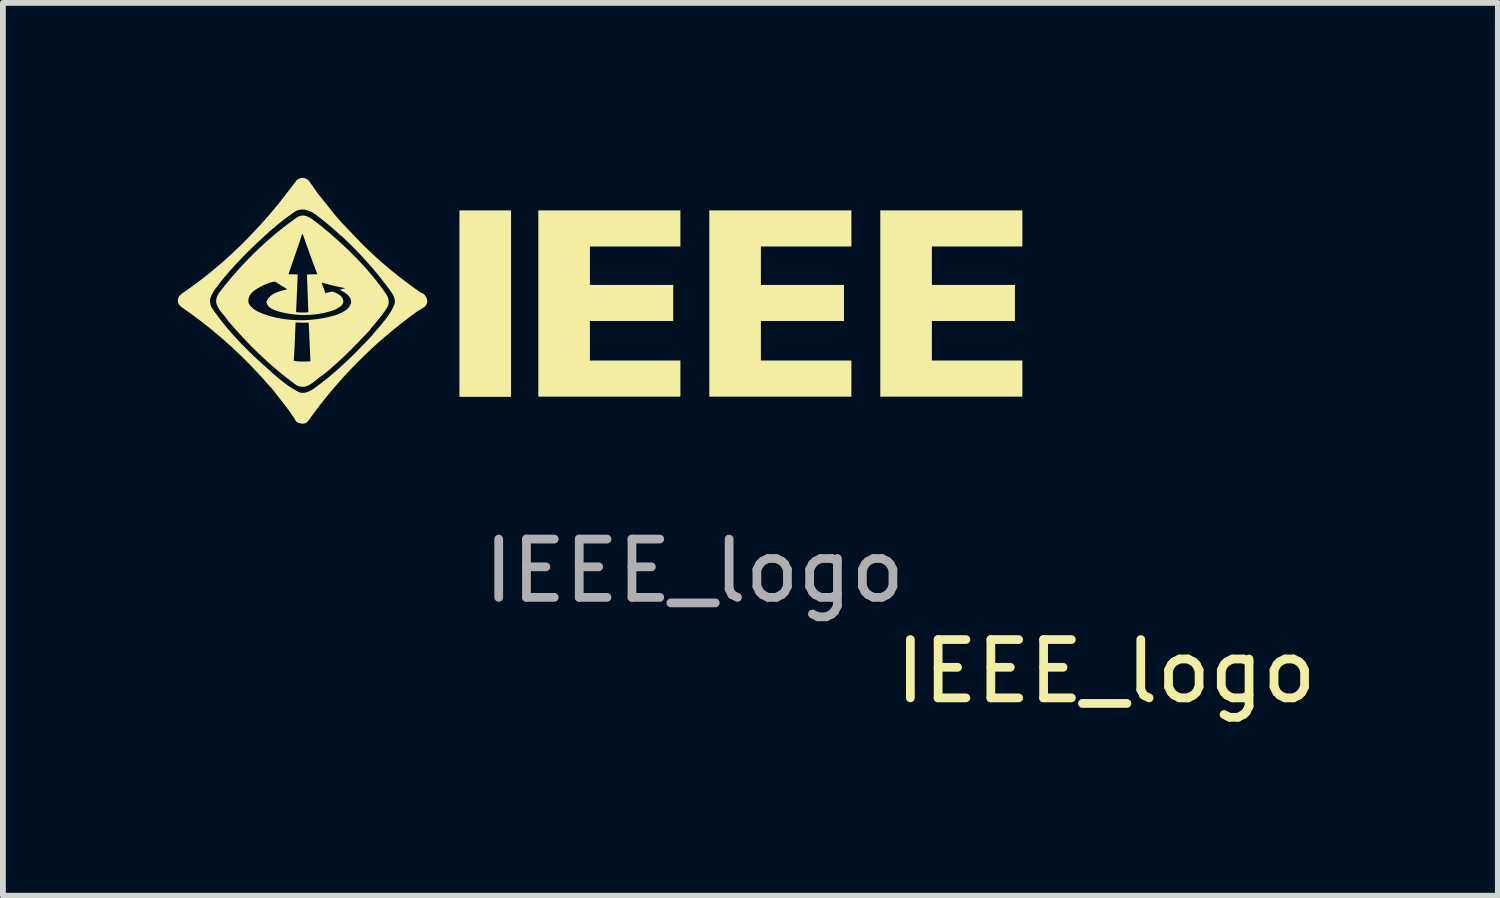
<source format=kicad_pcb>
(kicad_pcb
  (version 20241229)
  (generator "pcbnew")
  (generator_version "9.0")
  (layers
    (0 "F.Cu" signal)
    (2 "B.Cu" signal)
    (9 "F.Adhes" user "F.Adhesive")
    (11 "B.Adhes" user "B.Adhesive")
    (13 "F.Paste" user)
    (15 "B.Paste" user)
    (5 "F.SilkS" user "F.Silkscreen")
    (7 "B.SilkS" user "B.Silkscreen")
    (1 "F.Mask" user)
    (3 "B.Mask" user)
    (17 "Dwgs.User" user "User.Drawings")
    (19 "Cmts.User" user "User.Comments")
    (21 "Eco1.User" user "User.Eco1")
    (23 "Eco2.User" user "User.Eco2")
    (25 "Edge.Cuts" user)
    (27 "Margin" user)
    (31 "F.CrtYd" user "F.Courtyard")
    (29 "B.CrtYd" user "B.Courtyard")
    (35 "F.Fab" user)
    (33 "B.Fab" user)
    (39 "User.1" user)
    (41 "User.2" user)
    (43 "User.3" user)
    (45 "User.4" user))
  (footprint "IEEE_logo"
    (layer "F.Cu")
    (at 8.76 2.143)
    (property "Reference" "IEEE_logo" (at 7.163 6.323 0) (unlocked yes) (layer "F.SilkS") (effects (font (size 1 1) (thickness 0.15))))
    (attr smd)
    (fp_poly (pts (xy -3.044 1.614) (xy -3.929 1.614) (xy -3.929 -1.584) (xy -3.044 -1.584)) (stroke (width 0) (type solid)) (fill yes) (layer "F.SilkS"))
    (fp_poly (pts (xy -0.139 -0.965) (xy -1.691 -0.965) (xy -1.691 -0.306) (xy -0.262 -0.306) (xy -0.262 0.313) (xy -1.691 0.313) (xy -1.691 0.991) (xy -0.139 0.991) (xy -0.139 1.611) (xy -2.576 1.611) (xy -2.576 -1.584) (xy -0.139 -1.584)) (stroke (width 0) (type solid)) (fill yes) (layer "F.SilkS"))
    (fp_poly (pts (xy 2.794 -0.965) (xy 1.242 -0.965) (xy 1.242 -0.306) (xy 2.667 -0.306) (xy 2.667 0.313) (xy 1.242 0.313) (xy 1.242 0.991) (xy 2.794 0.991) (xy 2.794 1.611) (xy 0.357 1.611) (xy 0.357 -1.584) (xy 2.794 -1.584)) (stroke (width 0) (type solid)) (fill yes) (layer "F.SilkS"))
    (fp_poly (pts (xy 5.727 -0.965) (xy 4.175 -0.965) (xy 4.175 -0.306) (xy 5.6 -0.306) (xy 5.6 0.313) (xy 4.175 0.313) (xy 4.175 0.991) (xy 5.727 0.991) (xy 5.727 1.611) (xy 3.29 1.611) (xy 3.29 -1.584) (xy 5.727 -1.584)) (stroke (width 0) (type solid)) (fill yes) (layer "F.SilkS"))
    (fp_poly (pts (xy -6.616 -2.143) (xy -6.611 -2.143) (xy -6.607 -2.142) (xy -6.602 -2.141) (xy -6.598 -2.14) (xy -6.593 -2.139) (xy -6.589 -2.138) (xy -6.584 -2.136) (xy -6.58 -2.135) (xy -6.575 -2.134) (xy -6.571 -2.132) (xy -6.566 -2.13) (xy -6.562 -2.128) (xy -6.558 -2.126) (xy -6.553 -2.124) (xy -6.549 -2.121) (xy -6.517 -2.1) (xy -6.358 -1.874) (xy -6.155 -1.62) (xy -6.104 -1.556) (xy -6.053 -1.494) (xy -6.001 -1.433) (xy -5.949 -1.374) (xy -5.596 -1.005) (xy -5.475 -0.888) (xy -5.352 -0.774) (xy -5.227 -0.664) (xy -5.101 -0.557) (xy -4.973 -0.454) (xy -4.842 -0.354) (xy -4.71 -0.257) (xy -4.576 -0.164) (xy -4.564 -0.164) (xy -4.555 -0.158) (xy -4.547 -0.152) (xy -4.539 -0.146) (xy -4.532 -0.139) (xy -4.524 -0.131) (xy -4.518 -0.123) (xy -4.512 -0.115) (xy -4.506 -0.106) (xy -4.501 -0.098) (xy -4.496 -0.088) (xy -4.492 -0.079) (xy -4.489 -0.069) (xy -4.486 -0.059) (xy -4.483 -0.049) (xy -4.482 -0.039) (xy -4.481 -0.029) (xy -4.481 -0.018) (xy -4.482 -0.008) (xy -4.484 0.001) (xy -4.487 0.011) (xy -4.49 0.019) (xy -4.494 0.027) (xy -4.498 0.035) (xy -4.503 0.043) (xy -4.508 0.05) (xy -4.514 0.057) (xy -4.52 0.063) (xy -4.527 0.069) (xy -4.542 0.081) (xy -4.557 0.092) (xy -4.573 0.102) (xy -4.59 0.112) (xy -4.625 0.132) (xy -4.642 0.141) (xy -4.658 0.152) (xy -4.673 0.162) (xy -4.687 0.174) (xy -4.818 0.271) (xy -4.947 0.37) (xy -5.074 0.473) (xy -5.2 0.578) (xy -5.323 0.685) (xy -5.444 0.796) (xy -5.563 0.909) (xy -5.679 1.024) (xy -5.793 1.141) (xy -5.905 1.261) (xy -6.014 1.382) (xy -6.12 1.506) (xy -6.224 1.632) (xy -6.324 1.759) (xy -6.422 1.888) (xy -6.517 2.019) (xy -6.556 2.059) (xy -6.56 2.061) (xy -6.564 2.063) (xy -6.572 2.066) (xy -6.58 2.069) (xy -6.588 2.071) (xy -6.596 2.073) (xy -6.605 2.074) (xy -6.614 2.074) (xy -6.622 2.074) (xy -6.631 2.073) (xy -6.64 2.072) (xy -6.649 2.071) (xy -6.657 2.069) (xy -6.666 2.067) (xy -6.675 2.065) (xy -6.683 2.062) (xy -6.691 2.059) (xy -6.696 2.057) (xy -6.701 2.056) (xy -6.706 2.053) (xy -6.71 2.051) (xy -6.714 2.049) (xy -6.718 2.046) (xy -6.721 2.043) (xy -6.725 2.04) (xy -6.728 2.037) (xy -6.731 2.033) (xy -6.736 2.026) (xy -6.742 2.019) (xy -6.746 2.011) (xy -6.764 1.978) (xy -6.769 1.97) (xy -6.774 1.962) (xy -6.78 1.955) (xy -6.783 1.951) (xy -6.787 1.948) (xy -6.829 1.884) (xy -6.874 1.822) (xy -6.921 1.76) (xy -6.968 1.699) (xy -7.063 1.579) (xy -7.11 1.519) (xy -7.156 1.46) (xy -7.182 1.433) (xy -7.207 1.405) (xy -7.232 1.378) (xy -7.257 1.35) (xy -7.306 1.294) (xy -7.332 1.266) (xy -7.358 1.237) (xy -7.514 1.072) (xy -7.674 0.912) (xy -7.838 0.757) (xy -8.006 0.607) (xy -8.177 0.464) (xy -8.351 0.326) (xy -8.528 0.193) (xy -8.707 0.067) (xy -8.714 0.06) (xy -8.72 0.053) (xy -8.726 0.046) (xy -8.732 0.038) (xy -8.738 0.031) (xy -8.742 0.023) (xy -8.747 0.015) (xy -8.751 0.007) (xy -8.754 -0.002) (xy -8.756 -0.011) (xy -8.758 -0.02) (xy -8.759 -0.024) (xy -8.759 -0.029) (xy -8.76 -0.033) (xy -8.76 -0.038) (xy -8.759 -0.043) (xy -8.759 -0.048) (xy -8.758 -0.053) (xy -8.758 -0.056) (xy -8.207 -0.056) (xy -8.207 -0.045) (xy -8.207 -0.034) (xy -8.206 -0.024) (xy -8.206 -0.013) (xy -8.205 -0.003) (xy -8.203 0.007) (xy -8.201 0.017) (xy -8.199 0.027) (xy -8.197 0.037) (xy -8.194 0.046) (xy -8.191 0.055) (xy -8.187 0.064) (xy -8.183 0.073) (xy -8.179 0.082) (xy -8.173 0.09) (xy -8.168 0.098) (xy -8.128 0.156) (xy -8.087 0.212) (xy -8.045 0.269) (xy -8.002 0.325) (xy -7.957 0.381) (xy -7.912 0.436) (xy -7.818 0.544) (xy -7.721 0.651) (xy -7.621 0.754) (xy -7.52 0.855) (xy -7.418 0.952) (xy -7.241 1.111) (xy -7.153 1.191) (xy -7.064 1.268) (xy -7.02 1.306) (xy -6.974 1.342) (xy -6.928 1.378) (xy -6.882 1.412) (xy -6.835 1.444) (xy -6.786 1.475) (xy -6.737 1.504) (xy -6.687 1.531) (xy -6.679 1.535) (xy -6.671 1.538) (xy -6.663 1.54) (xy -6.654 1.542) (xy -6.646 1.544) (xy -6.637 1.545) (xy -6.629 1.546) (xy -6.62 1.546) (xy -6.612 1.546) (xy -6.603 1.545) (xy -6.586 1.543) (xy -6.569 1.54) (xy -6.552 1.536) (xy -6.535 1.53) (xy -6.518 1.524) (xy -6.502 1.516) (xy -6.486 1.508) (xy -6.47 1.5) (xy -6.455 1.491) (xy -6.44 1.481) (xy -6.425 1.472) (xy -6.358 1.423) (xy -6.292 1.372) (xy -6.226 1.321) (xy -6.161 1.268) (xy -6.033 1.159) (xy -5.908 1.045) (xy -5.785 0.929) (xy -5.665 0.809) (xy -5.546 0.687) (xy -5.429 0.563) (xy -5.375 0.498) (xy -5.32 0.434) (xy -5.266 0.37) (xy -5.213 0.305) (xy -5.188 0.273) (xy -5.163 0.239) (xy -5.14 0.206) (xy -5.118 0.172) (xy -5.097 0.137) (xy -5.078 0.101) (xy -5.06 0.064) (xy -5.044 0.027) (xy -5.042 0.02) (xy -5.04 0.012) (xy -5.039 0.005) (xy -5.038 -0.002) (xy -5.037 -0.009) (xy -5.037 -0.016) (xy -5.037 -0.023) (xy -5.037 -0.03) (xy -5.037 -0.037) (xy -5.038 -0.044) (xy -5.04 -0.057) (xy -5.043 -0.071) (xy -5.046 -0.084) (xy -5.051 -0.096) (xy -5.056 -0.109) (xy -5.062 -0.121) (xy -5.068 -0.133) (xy -5.074 -0.145) (xy -5.081 -0.157) (xy -5.096 -0.179) (xy -5.189 -0.307) (xy -5.287 -0.432) (xy -5.388 -0.556) (xy -5.494 -0.677) (xy -5.603 -0.797) (xy -5.714 -0.914) (xy -5.829 -1.028) (xy -5.945 -1.14) (xy -5.965 -1.152) (xy -6.009 -1.193) (xy -6.054 -1.234) (xy -6.1 -1.275) (xy -6.147 -1.314) (xy -6.194 -1.354) (xy -6.241 -1.392) (xy -6.288 -1.429) (xy -6.334 -1.465) (xy -6.357 -1.484) (xy -6.381 -1.503) (xy -6.406 -1.521) (xy -6.432 -1.537) (xy -6.459 -1.553) (xy -6.487 -1.566) (xy -6.515 -1.578) (xy -6.543 -1.587) (xy -6.558 -1.591) (xy -6.572 -1.594) (xy -6.587 -1.597) (xy -6.601 -1.598) (xy -6.616 -1.599) (xy -6.63 -1.599) (xy -6.645 -1.599) (xy -6.659 -1.597) (xy -6.673 -1.594) (xy -6.688 -1.591) (xy -6.702 -1.587) (xy -6.716 -1.581) (xy -6.73 -1.575) (xy -6.744 -1.567) (xy -6.757 -1.558) (xy -6.771 -1.549) (xy -6.821 -1.513) (xy -6.871 -1.476) (xy -6.921 -1.439) (xy -6.971 -1.401) (xy -7.02 -1.362) (xy -7.069 -1.323) (xy -7.118 -1.281) (xy -7.168 -1.239) (xy -7.17 -1.238) (xy -7.172 -1.236) (xy -7.174 -1.234) (xy -7.176 -1.232) (xy -7.179 -1.231) (xy -7.181 -1.229) (xy -7.185 -1.225) (xy -7.189 -1.221) (xy -7.193 -1.218) (xy -7.199 -1.211) (xy -7.311 -1.109) (xy -7.422 -1.005) (xy -7.533 -0.898) (xy -7.641 -0.79) (xy -7.747 -0.679) (xy -7.849 -0.567) (xy -7.947 -0.453) (xy -7.995 -0.396) (xy -8.041 -0.338) (xy -8.091 -0.272) (xy -8.116 -0.239) (xy -8.128 -0.222) (xy -8.139 -0.205) (xy -8.15 -0.187) (xy -8.16 -0.17) (xy -8.17 -0.152) (xy -8.179 -0.133) (xy -8.187 -0.115) (xy -8.195 -0.096) (xy -8.202 -0.076) (xy -8.207 -0.056) (xy -8.758 -0.056) (xy -8.758 -0.058) (xy -8.756 -0.063) (xy -8.755 -0.068) (xy -8.754 -0.074) (xy -8.752 -0.08) (xy -8.75 -0.085) (xy -8.748 -0.091) (xy -8.745 -0.096) (xy -8.743 -0.101) (xy -8.74 -0.106) (xy -8.736 -0.111) (xy -8.733 -0.116) (xy -8.729 -0.121) (xy -8.721 -0.129) (xy -8.712 -0.138) (xy -8.703 -0.146) (xy -8.693 -0.154) (xy -8.683 -0.162) (xy -8.663 -0.176) (xy -8.643 -0.19) (xy -8.624 -0.203) (xy -8.512 -0.282) (xy -8.402 -0.364) (xy -8.292 -0.448) (xy -8.184 -0.535) (xy -8.077 -0.624) (xy -7.972 -0.715) (xy -7.868 -0.809) (xy -7.766 -0.904) (xy -7.665 -1.002) (xy -7.566 -1.101) (xy -7.469 -1.202) (xy -7.373 -1.304) (xy -7.279 -1.408) (xy -7.187 -1.513) (xy -7.009 -1.727) (xy -6.719 -2.104) (xy -6.712 -2.109) (xy -6.705 -2.114) (xy -6.697 -2.119) (xy -6.69 -2.124) (xy -6.682 -2.128) (xy -6.673 -2.132) (xy -6.665 -2.135) (xy -6.656 -2.138) (xy -6.647 -2.14) (xy -6.638 -2.142) (xy -6.629 -2.143) (xy -6.62 -2.143)) (stroke (width 0) (type solid)) (fill yes) (layer "F.SilkS"))
    (fp_poly (pts (xy -6.602 -1.495) (xy -6.589 -1.494) (xy -6.576 -1.491) (xy -6.564 -1.488) (xy -6.551 -1.484) (xy -6.539 -1.48) (xy -6.527 -1.475) (xy -6.515 -1.469) (xy -6.491 -1.456) (xy -6.467 -1.441) (xy -6.444 -1.425) (xy -6.421 -1.408) (xy -6.377 -1.374) (xy -6.334 -1.342) (xy -6.173 -1.209) (xy -6.015 -1.071) (xy -5.861 -0.929) (xy -5.786 -0.856) (xy -5.713 -0.782) (xy -5.64 -0.706) (xy -5.569 -0.63) (xy -5.5 -0.552) (xy -5.433 -0.473) (xy -5.367 -0.392) (xy -5.304 -0.311) (xy -5.242 -0.228) (xy -5.183 -0.144) (xy -5.176 -0.132) (xy -5.169 -0.12) (xy -5.164 -0.108) (xy -5.158 -0.095) (xy -5.154 -0.081) (xy -5.15 -0.067) (xy -5.147 -0.054) (xy -5.145 -0.039) (xy -5.144 -0.025) (xy -5.143 -0.011) (xy -5.144 0.003) (xy -5.146 0.017) (xy -5.149 0.031) (xy -5.152 0.045) (xy -5.155 0.051) (xy -5.157 0.058) (xy -5.16 0.064) (xy -5.163 0.071) (xy -5.179 0.096) (xy -5.195 0.121) (xy -5.211 0.145) (xy -5.228 0.17) (xy -5.264 0.218) (xy -5.301 0.266) (xy -5.34 0.313) (xy -5.379 0.359) (xy -5.457 0.452) (xy -5.457 0.46) (xy -5.653 0.666) (xy -5.753 0.768) (xy -5.854 0.869) (xy -5.958 0.968) (xy -6.063 1.064) (xy -6.17 1.157) (xy -6.224 1.202) (xy -6.279 1.245) (xy -6.305 1.263) (xy -6.332 1.282) (xy -6.385 1.324) (xy -6.411 1.345) (xy -6.438 1.365) (xy -6.465 1.385) (xy -6.492 1.402) (xy -6.506 1.41) (xy -6.52 1.417) (xy -6.535 1.424) (xy -6.549 1.429) (xy -6.564 1.434) (xy -6.578 1.438) (xy -6.593 1.44) (xy -6.608 1.442) (xy -6.624 1.442) (xy -6.639 1.441) (xy -6.655 1.439) (xy -6.671 1.435) (xy -6.688 1.43) (xy -6.705 1.423) (xy -6.722 1.414) (xy -6.739 1.404) (xy -6.818 1.346) (xy -6.896 1.286) (xy -6.973 1.224) (xy -7.05 1.161) (xy -7.202 1.03) (xy -7.235 0.999) (xy -6.771 0.999) (xy -6.701 1.005) (xy -6.665 1.007) (xy -6.629 1.009) (xy -6.593 1.009) (xy -6.557 1.009) (xy -6.521 1.007) (xy -6.503 1.005) (xy -6.485 1.003) (xy -6.513 0.372) (xy -6.517 0.341) (xy -6.625 0.342) (xy -6.653 0.341) (xy -6.681 0.341) (xy -6.71 0.339) (xy -6.739 0.337) (xy -6.747 0.504) (xy -6.753 0.668) (xy -6.761 0.832) (xy -6.771 0.999) (xy -7.235 0.999) (xy -7.35 0.893) (xy -7.495 0.752) (xy -7.635 0.606) (xy -7.771 0.457) (xy -7.902 0.305) (xy -7.913 0.288) (xy -7.925 0.271) (xy -7.938 0.255) (xy -7.95 0.239) (xy -8.002 0.176) (xy -8.015 0.16) (xy -8.028 0.144) (xy -8.039 0.128) (xy -8.051 0.111) (xy -8.061 0.094) (xy -8.071 0.076) (xy -8.08 0.058) (xy -8.088 0.039) (xy -8.093 0.026) (xy -8.097 0.013) (xy -8.099 0.001) (xy -8.101 -0.011) (xy -8.102 -0.023) (xy -8.102 -0.035) (xy -8.102 -0.036) (xy -7.55 -0.036) (xy -7.55 -0.023) (xy -7.549 -0.009) (xy -7.546 -0.001) (xy -7.543 0.007) (xy -7.54 0.014) (xy -7.537 0.021) (xy -7.533 0.028) (xy -7.529 0.035) (xy -7.525 0.042) (xy -7.52 0.048) (xy -7.515 0.054) (xy -7.51 0.061) (xy -7.499 0.072) (xy -7.487 0.084) (xy -7.475 0.094) (xy -7.462 0.105) (xy -7.449 0.114) (xy -7.435 0.123) (xy -7.421 0.132) (xy -7.407 0.14) (xy -7.393 0.148) (xy -7.366 0.162) (xy -7.292 0.192) (xy -7.214 0.218) (xy -7.135 0.241) (xy -7.053 0.26) (xy -6.97 0.275) (xy -6.886 0.287) (xy -6.8 0.294) (xy -6.714 0.299) (xy -6.628 0.3) (xy -6.541 0.297) (xy -6.455 0.291) (xy -6.37 0.281) (xy -6.286 0.268) (xy -6.204 0.252) (xy -6.123 0.232) (xy -6.044 0.21) (xy -6.005 0.194) (xy -5.984 0.185) (xy -5.963 0.176) (xy -5.943 0.166) (xy -5.923 0.155) (xy -5.903 0.144) (xy -5.884 0.131) (xy -5.866 0.118) (xy -5.85 0.103) (xy -5.842 0.095) (xy -5.834 0.087) (xy -5.827 0.079) (xy -5.821 0.07) (xy -5.814 0.061) (xy -5.809 0.052) (xy -5.804 0.042) (xy -5.799 0.032) (xy -5.795 0.021) (xy -5.791 0.01) (xy -5.789 -0.001) (xy -5.786 -0.013) (xy -5.787 -0.022) (xy -5.788 -0.032) (xy -5.789 -0.041) (xy -5.791 -0.05) (xy -5.794 -0.058) (xy -5.797 -0.067) (xy -5.801 -0.075) (xy -5.805 -0.083) (xy -5.81 -0.091) (xy -5.815 -0.098) (xy -5.82 -0.106) (xy -5.826 -0.113) (xy -5.832 -0.12) (xy -5.838 -0.127) (xy -5.852 -0.14) (xy -5.866 -0.152) (xy -5.882 -0.164) (xy -5.898 -0.174) (xy -5.914 -0.185) (xy -5.93 -0.194) (xy -5.946 -0.203) (xy -5.977 -0.219) (xy -5.977 -0.223) (xy -5.966 -0.227) (xy -5.955 -0.231) (xy -5.944 -0.235) (xy -5.933 -0.238) (xy -5.922 -0.241) (xy -5.911 -0.243) (xy -5.9 -0.245) (xy -5.89 -0.247) (xy -5.89 -0.251) (xy -5.941 -0.26) (xy -5.993 -0.271) (xy -6.043 -0.282) (xy -6.094 -0.294) (xy -6.194 -0.319) (xy -6.294 -0.346) (xy -6.286 -0.324) (xy -6.277 -0.301) (xy -6.261 -0.256) (xy -6.244 -0.21) (xy -6.227 -0.164) (xy -6.212 -0.168) (xy -6.197 -0.172) (xy -6.181 -0.176) (xy -6.165 -0.18) (xy -6.15 -0.184) (xy -6.134 -0.187) (xy -6.119 -0.189) (xy -6.104 -0.191) (xy -6.076 -0.18) (xy -6.062 -0.174) (xy -6.047 -0.168) (xy -6.032 -0.161) (xy -6.018 -0.153) (xy -6.004 -0.145) (xy -5.99 -0.136) (xy -5.978 -0.127) (xy -5.966 -0.117) (xy -5.96 -0.111) (xy -5.955 -0.106) (xy -5.95 -0.1) (xy -5.945 -0.094) (xy -5.941 -0.087) (xy -5.937 -0.081) (xy -5.933 -0.074) (xy -5.93 -0.067) (xy -5.927 -0.06) (xy -5.925 -0.052) (xy -5.923 -0.045) (xy -5.921 -0.037) (xy -5.921 -0.029) (xy -5.921 -0.021) (xy -5.922 -0.014) (xy -5.923 -0.007) (xy -5.924 -0.001) (xy -5.926 0.006) (xy -5.929 0.012) (xy -5.932 0.018) (xy -5.935 0.024) (xy -5.939 0.03) (xy -5.943 0.035) (xy -5.947 0.041) (xy -5.952 0.046) (xy -5.957 0.051) (xy -5.962 0.056) (xy -5.967 0.06) (xy -5.978 0.069) (xy -5.99 0.077) (xy -6.002 0.085) (xy -6.014 0.092) (xy -6.06 0.118) (xy -6.117 0.138) (xy -6.175 0.155) (xy -6.234 0.17) (xy -6.293 0.182) (xy -6.353 0.193) (xy -6.413 0.2) (xy -6.473 0.206) (xy -6.534 0.209) (xy -6.595 0.21) (xy -6.656 0.209) (xy -6.717 0.205) (xy -6.777 0.199) (xy -6.838 0.191) (xy -6.898 0.181) (xy -6.958 0.169) (xy -7.017 0.154) (xy -7.051 0.143) (xy -7.087 0.131) (xy -7.105 0.124) (xy -7.123 0.116) (xy -7.141 0.107) (xy -7.158 0.098) (xy -7.174 0.088) (xy -7.188 0.076) (xy -7.195 0.07) (xy -7.202 0.064) (xy -7.208 0.057) (xy -7.213 0.05) (xy -7.218 0.042) (xy -7.223 0.034) (xy -7.227 0.026) (xy -7.231 0.018) (xy -7.234 0.009) (xy -7.236 -0.001) (xy -7.238 -0.01) (xy -7.239 -0.021) (xy -7.233 -0.034) (xy -7.226 -0.047) (xy -7.219 -0.059) (xy -7.211 -0.07) (xy -7.203 -0.081) (xy -7.194 -0.092) (xy -7.185 -0.101) (xy -7.175 -0.11) (xy -7.165 -0.119) (xy -7.155 -0.127) (xy -7.145 -0.135) (xy -7.134 -0.142) (xy -7.122 -0.149) (xy -7.111 -0.156) (xy -7.087 -0.167) (xy -7.063 -0.178) (xy -7.037 -0.187) (xy -7.012 -0.196) (xy -6.986 -0.204) (xy -6.933 -0.218) (xy -6.882 -0.231) (xy -6.907 -0.247) (xy -6.933 -0.263) (xy -6.985 -0.295) (xy -7.011 -0.311) (xy -7.037 -0.328) (xy -7.063 -0.344) (xy -7.088 -0.362) (xy -7.102 -0.361) (xy -7.116 -0.359) (xy -7.13 -0.357) (xy -7.143 -0.354) (xy -7.157 -0.351) (xy -7.17 -0.347) (xy -7.183 -0.343) (xy -7.196 -0.339) (xy -7.221 -0.33) (xy -7.246 -0.32) (xy -7.295 -0.298) (xy -7.338 -0.276) (xy -7.361 -0.264) (xy -7.384 -0.251) (xy -7.407 -0.237) (xy -7.429 -0.222) (xy -7.45 -0.206) (xy -7.471 -0.189) (xy -7.489 -0.171) (xy -7.498 -0.162) (xy -7.506 -0.152) (xy -7.514 -0.142) (xy -7.521 -0.132) (xy -7.527 -0.121) (xy -7.533 -0.11) (xy -7.538 -0.098) (xy -7.542 -0.087) (xy -7.545 -0.075) (xy -7.548 -0.062) (xy -7.55 -0.049) (xy -7.55 -0.036) (xy -8.102 -0.036) (xy -8.102 -0.047) (xy -8.1 -0.059) (xy -8.098 -0.07) (xy -8.095 -0.081) (xy -8.092 -0.092) (xy -8.088 -0.103) (xy -8.083 -0.114) (xy -8.078 -0.124) (xy -8.066 -0.145) (xy -8.054 -0.166) (xy -8.039 -0.186) (xy -8.024 -0.206) (xy -8.009 -0.225) (xy -7.978 -0.264) (xy -7.963 -0.283) (xy -7.949 -0.302) (xy -7.815 -0.463) (xy -7.791 -0.489) (xy -6.862 -0.489) (xy -6.703 -0.485) (xy -6.703 -0.481) (xy -6.731 0.154) (xy -6.727 0.162) (xy -6.703 0.165) (xy -6.677 0.166) (xy -6.651 0.168) (xy -6.624 0.168) (xy -6.597 0.168) (xy -6.571 0.166) (xy -6.545 0.165) (xy -6.521 0.162) (xy -6.521 0.15) (xy -6.544 -0.465) (xy -6.54 -0.485) (xy -6.366 -0.489) (xy -6.431 -0.659) (xy -6.494 -0.831) (xy -6.556 -1.003) (xy -6.616 -1.176) (xy -6.628 -1.176) (xy -6.628 -1.18) (xy -6.668 -1.053) (xy -6.862 -0.489) (xy -7.791 -0.489) (xy -7.673 -0.621) (xy -7.6 -0.699) (xy -7.525 -0.776) (xy -7.449 -0.852) (xy -7.371 -0.927) (xy -7.293 -1) (xy -7.213 -1.072) (xy -7.133 -1.142) (xy -7.051 -1.21) (xy -6.969 -1.276) (xy -6.886 -1.34) (xy -6.803 -1.402) (xy -6.719 -1.461) (xy -6.706 -1.47) (xy -6.692 -1.477) (xy -6.679 -1.483) (xy -6.666 -1.488) (xy -6.653 -1.491) (xy -6.64 -1.494) (xy -6.627 -1.495) (xy -6.614 -1.496)) (stroke (width 0) (type solid)) (fill yes) (layer "F.SilkS"))
    (fp_text user "${REFERENCE}" (at 0.102 4.599 0) (unlocked yes) (layer "F.Fab") (effects (font (size 1 1) (thickness 0.15)))))
  (gr_rect
    (start -3 -3)
    (end 22.643 12.315)
    (stroke (width 0.1) (type default))
    (fill no)
    (layer "Edge.Cuts")))
</source>
